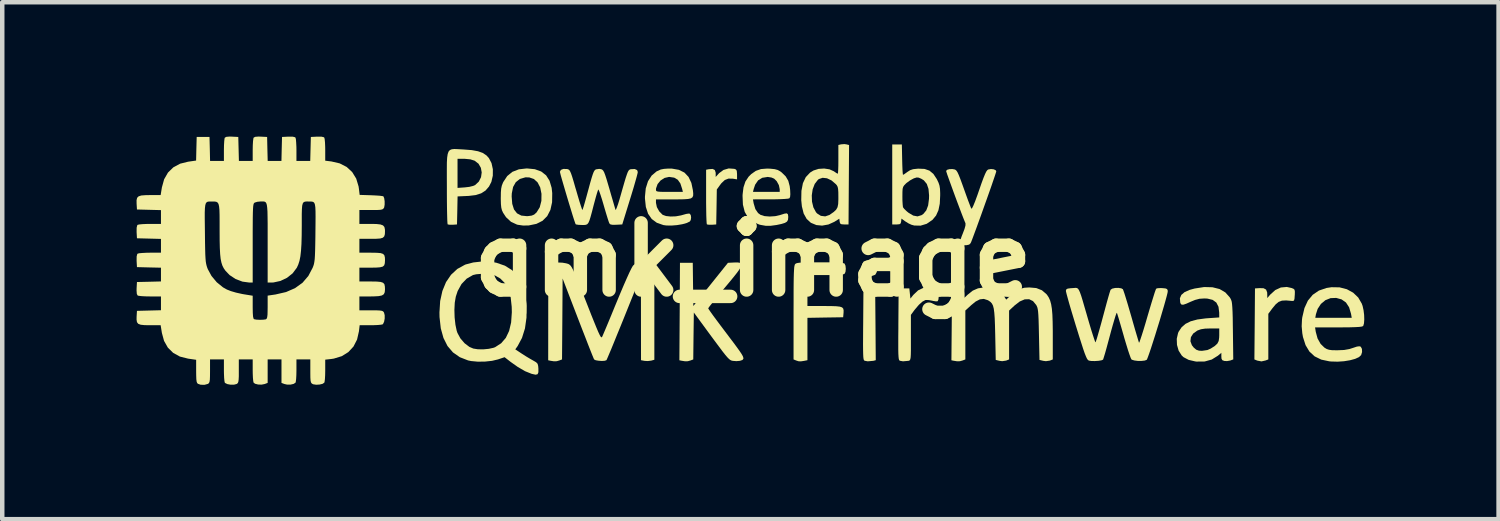
<source format=kicad_pcb>
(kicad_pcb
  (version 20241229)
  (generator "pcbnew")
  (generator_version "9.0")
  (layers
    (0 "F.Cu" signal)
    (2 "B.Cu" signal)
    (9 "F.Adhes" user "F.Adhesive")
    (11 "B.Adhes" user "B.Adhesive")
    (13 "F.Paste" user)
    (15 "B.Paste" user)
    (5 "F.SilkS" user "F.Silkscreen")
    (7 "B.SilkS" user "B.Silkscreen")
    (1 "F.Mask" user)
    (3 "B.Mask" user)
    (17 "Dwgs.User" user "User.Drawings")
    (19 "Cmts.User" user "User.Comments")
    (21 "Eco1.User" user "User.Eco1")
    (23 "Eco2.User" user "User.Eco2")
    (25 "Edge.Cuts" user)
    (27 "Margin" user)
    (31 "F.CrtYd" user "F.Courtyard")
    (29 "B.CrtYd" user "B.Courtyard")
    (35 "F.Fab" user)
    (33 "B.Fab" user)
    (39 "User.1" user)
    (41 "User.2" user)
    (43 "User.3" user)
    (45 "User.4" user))
  (footprint "qmk_image"
    (layer "F.Cu")
    (at 13.769 2.749)
    (property "Reference" "qmk_image" (at 0 0 0) (layer "F.SilkS") (effects (font (size 1.5 1.5) (thickness 0.3))))
    (attr board_only exclude_from_pos_files exclude_from_bom)
    (fp_poly (pts (xy 2.697 0.029) (xy 2.758 0.078) (xy 2.783 0.157) (xy 2.78 0.21) (xy 2.762 0.28) (xy 2.734 0.331) (xy 2.725 0.339) (xy 2.662 0.363) (xy 2.58 0.368) (xy 2.502 0.355) (xy 2.469 0.338) (xy 2.44 0.298) (xy 2.427 0.228) (xy 2.426 0.191) (xy 2.437 0.098) (xy 2.472 0.042) (xy 2.538 0.016) (xy 2.602 0.012)) (stroke (width 0) (type solid)) (fill yes) (layer "F.SilkS"))
    (fp_poly (pts (xy 2.735 1.445) (xy 2.741 2.246) (xy 2.687 2.26) (xy 2.562 2.271) (xy 2.496 2.259) (xy 2.484 2.253) (xy 2.475 2.24) (xy 2.468 2.214) (xy 2.463 2.171) (xy 2.46 2.106) (xy 2.458 2.014) (xy 2.457 1.89) (xy 2.458 1.73) (xy 2.459 1.529) (xy 2.46 1.446) (xy 2.466 0.643) (xy 2.597 0.643) (xy 2.728 0.643)) (stroke (width 0) (type solid)) (fill yes) (layer "F.SilkS"))
    (fp_poly (pts (xy -0.42 -2.028) (xy -0.418 -2.028) (xy -0.381 -2.013) (xy -0.363 -1.983) (xy -0.358 -1.925) (xy -0.357 -1.903) (xy -0.357 -1.793) (xy -0.451 -1.808) (xy -0.549 -1.81) (xy -0.631 -1.778) (xy -0.707 -1.706) (xy -0.736 -1.668) (xy -0.809 -1.567) (xy -0.815 -1.176) (xy -0.822 -0.786) (xy -0.918 -0.779) (xy -0.983 -0.779) (xy -1.026 -0.786) (xy -1.031 -0.789) (xy -1.036 -0.817) (xy -1.04 -0.885) (xy -1.044 -0.988) (xy -1.046 -1.119) (xy -1.048 -1.272) (xy -1.048 -1.407) (xy -1.048 -2.008) (xy -0.986 -2.02) (xy -0.903 -2.026) (xy -0.854 -2.002) (xy -0.835 -1.946) (xy -0.834 -1.928) (xy -0.834 -1.847) (xy -0.757 -1.932) (xy -0.66 -2.003) (xy -0.544 -2.037)) (stroke (width 0) (type solid)) (fill yes) (layer "F.SilkS"))
    (fp_poly (pts (xy 12.03 0.634) (xy 12.073 0.652) (xy 12.095 0.674) (xy 12.102 0.716) (xy 12.1 0.791) (xy 12.099 0.795) (xy 12.094 0.871) (xy 12.084 0.91) (xy 12.064 0.923) (xy 12.033 0.922) (xy 11.906 0.911) (xy 11.813 0.916) (xy 11.739 0.944) (xy 11.672 1) (xy 11.598 1.09) (xy 11.577 1.118) (xy 11.509 1.21) (xy 11.509 1.72) (xy 11.509 2.229) (xy 11.448 2.252) (xy 11.356 2.273) (xy 11.267 2.256) (xy 11.252 2.251) (xy 11.198 2.229) (xy 11.205 1.436) (xy 11.211 0.643) (xy 11.314 0.636) (xy 11.404 0.639) (xy 11.459 0.669) (xy 11.483 0.731) (xy 11.485 0.771) (xy 11.486 0.858) (xy 11.551 0.782) (xy 11.665 0.679) (xy 11.789 0.622) (xy 11.922 0.61)) (stroke (width 0) (type solid)) (fill yes) (layer "F.SilkS"))
    (fp_poly (pts (xy 3.959 0.613) (xy 4.035 0.626) (xy 4.094 0.645) (xy 4.109 0.655) (xy 4.13 0.694) (xy 4.143 0.759) (xy 4.147 0.832) (xy 4.14 0.894) (xy 4.123 0.929) (xy 4.123 0.929) (xy 4.087 0.932) (xy 4.025 0.923) (xy 4 0.917) (xy 3.925 0.903) (xy 3.861 0.901) (xy 3.849 0.903) (xy 3.783 0.938) (xy 3.703 1.01) (xy 3.615 1.114) (xy 3.594 1.141) (xy 3.526 1.234) (xy 3.526 1.74) (xy 3.526 1.908) (xy 3.526 2.033) (xy 3.524 2.124) (xy 3.52 2.185) (xy 3.513 2.223) (xy 3.503 2.245) (xy 3.49 2.255) (xy 3.473 2.26) (xy 3.349 2.271) (xy 3.282 2.259) (xy 3.271 2.253) (xy 3.262 2.24) (xy 3.255 2.214) (xy 3.25 2.171) (xy 3.246 2.106) (xy 3.244 2.014) (xy 3.244 1.89) (xy 3.244 1.73) (xy 3.246 1.529) (xy 3.246 1.446) (xy 3.252 0.643) (xy 3.372 0.643) (xy 3.491 0.643) (xy 3.503 0.757) (xy 3.515 0.87) (xy 3.581 0.787) (xy 3.686 0.687) (xy 3.809 0.628) (xy 3.942 0.612)) (stroke (width 0) (type solid)) (fill yes) (layer "F.SilkS"))
    (fp_poly (pts (xy 1.688 0.06) (xy 1.834 0.063) (xy 1.939 0.068) (xy 2.007 0.076) (xy 2.041 0.086) (xy 2.044 0.088) (xy 2.065 0.135) (xy 2.072 0.205) (xy 2.065 0.273) (xy 2.044 0.317) (xy 2.013 0.329) (xy 1.944 0.338) (xy 1.834 0.343) (xy 1.681 0.345) (xy 1.615 0.345) (xy 1.215 0.345) (xy 1.215 0.691) (xy 1.215 1.036) (xy 1.594 1.036) (xy 1.748 1.037) (xy 1.861 1.041) (xy 1.939 1.05) (xy 1.988 1.066) (xy 2.014 1.093) (xy 2.023 1.131) (xy 2.022 1.184) (xy 2.021 1.196) (xy 2.013 1.287) (xy 1.614 1.293) (xy 1.215 1.3) (xy 1.215 1.773) (xy 1.215 2.246) (xy 1.141 2.261) (xy 1.068 2.272) (xy 1.017 2.27) (xy 0.961 2.252) (xy 0.959 2.251) (xy 0.905 2.229) (xy 0.905 1.182) (xy 0.906 0.928) (xy 0.906 0.718) (xy 0.907 0.546) (xy 0.909 0.41) (xy 0.912 0.305) (xy 0.916 0.227) (xy 0.92 0.171) (xy 0.927 0.133) (xy 0.934 0.11) (xy 0.943 0.097) (xy 0.962 0.084) (xy 0.994 0.075) (xy 1.045 0.068) (xy 1.121 0.064) (xy 1.229 0.061) (xy 1.375 0.06) (xy 1.498 0.06)) (stroke (width 0) (type solid)) (fill yes) (layer "F.SilkS"))
    (fp_poly (pts (xy -4.874 -2.02) (xy -4.732 -1.969) (xy -4.622 -1.883) (xy -4.545 -1.762) (xy -4.498 -1.604) (xy -4.485 -1.486) (xy -4.488 -1.281) (xy -4.526 -1.11) (xy -4.597 -0.972) (xy -4.701 -0.868) (xy -4.838 -0.799) (xy -5.008 -0.764) (xy -5.017 -0.763) (xy -5.138 -0.762) (xy -5.252 -0.778) (xy -5.273 -0.783) (xy -5.406 -0.845) (xy -5.517 -0.948) (xy -5.583 -1.048) (xy -5.608 -1.103) (xy -5.623 -1.163) (xy -5.631 -1.241) (xy -5.634 -1.351) (xy -5.634 -1.382) (xy -5.633 -1.411) (xy -5.391 -1.411) (xy -5.378 -1.246) (xy -5.339 -1.121) (xy -5.271 -1.034) (xy -5.176 -0.984) (xy -5.051 -0.971) (xy -5.03 -0.972) (xy -4.945 -0.983) (xy -4.889 -1.006) (xy -4.84 -1.05) (xy -4.834 -1.056) (xy -4.764 -1.169) (xy -4.727 -1.312) (xy -4.725 -1.471) (xy -4.754 -1.614) (xy -4.812 -1.725) (xy -4.895 -1.801) (xy -4.999 -1.837) (xy -5.085 -1.838) (xy -5.207 -1.802) (xy -5.298 -1.731) (xy -5.359 -1.623) (xy -5.388 -1.48) (xy -5.391 -1.411) (xy -5.633 -1.411) (xy -5.632 -1.501) (xy -5.625 -1.587) (xy -5.611 -1.653) (xy -5.587 -1.715) (xy -5.578 -1.734) (xy -5.49 -1.867) (xy -5.375 -1.961) (xy -5.231 -2.017) (xy -5.057 -2.037) (xy -5.049 -2.037)) (stroke (width 0) (type solid)) (fill yes) (layer "F.SilkS"))
    (fp_poly (pts (xy -6.599 -2.468) (xy -6.509 -2.463) (xy -6.459 -2.46) (xy -6.281 -2.446) (xy -6.143 -2.421) (xy -6.036 -2.383) (xy -5.954 -2.328) (xy -5.9 -2.269) (xy -5.841 -2.156) (xy -5.811 -2.019) (xy -5.812 -1.875) (xy -5.844 -1.737) (xy -5.897 -1.633) (xy -5.975 -1.543) (xy -6.072 -1.481) (xy -6.195 -1.442) (xy -6.353 -1.423) (xy -6.379 -1.422) (xy -6.599 -1.412) (xy -6.605 -1.099) (xy -6.612 -0.786) (xy -6.708 -0.779) (xy -6.773 -0.779) (xy -6.816 -0.786) (xy -6.821 -0.789) (xy -6.825 -0.816) (xy -6.829 -0.885) (xy -6.832 -0.991) (xy -6.835 -1.127) (xy -6.837 -1.288) (xy -6.838 -1.469) (xy -6.838 -1.611) (xy -6.839 -1.838) (xy -6.839 -1.927) (xy -6.6 -1.927) (xy -6.6 -1.602) (xy -6.434 -1.614) (xy -6.334 -1.626) (xy -6.25 -1.647) (xy -6.208 -1.665) (xy -6.124 -1.744) (xy -6.075 -1.842) (xy -6.06 -1.948) (xy -6.079 -2.051) (xy -6.131 -2.142) (xy -6.217 -2.209) (xy -6.219 -2.21) (xy -6.314 -2.24) (xy -6.439 -2.252) (xy -6.451 -2.252) (xy -6.6 -2.252) (xy -6.6 -1.927) (xy -6.839 -1.927) (xy -6.839 -2.022) (xy -6.838 -2.167) (xy -6.832 -2.278) (xy -6.82 -2.358) (xy -6.8 -2.414) (xy -6.77 -2.448) (xy -6.728 -2.465) (xy -6.671 -2.471)) (stroke (width 0) (type solid)) (fill yes) (layer "F.SilkS"))
    (fp_poly (pts (xy -0.294 0.071) (xy -0.272 0.092) (xy -0.271 0.096) (xy -0.265 0.12) (xy -0.269 0.148) (xy -0.285 0.186) (xy -0.317 0.237) (xy -0.368 0.306) (xy -0.441 0.398) (xy -0.539 0.517) (xy -0.653 0.653) (xy -0.753 0.773) (xy -0.841 0.881) (xy -0.914 0.972) (xy -0.968 1.04) (xy -0.997 1.08) (xy -1.001 1.088) (xy -0.987 1.112) (xy -0.948 1.169) (xy -0.888 1.253) (xy -0.81 1.358) (xy -0.719 1.48) (xy -0.635 1.591) (xy -0.513 1.753) (xy -0.416 1.881) (xy -0.343 1.981) (xy -0.289 2.057) (xy -0.253 2.112) (xy -0.23 2.153) (xy -0.219 2.182) (xy -0.215 2.206) (xy -0.214 2.211) (xy -0.236 2.241) (xy -0.292 2.26) (xy -0.371 2.267) (xy -0.45 2.261) (xy -0.478 2.255) (xy -0.505 2.243) (xy -0.535 2.22) (xy -0.572 2.183) (xy -0.62 2.127) (xy -0.682 2.048) (xy -0.762 1.941) (xy -0.865 1.803) (xy -0.931 1.714) (xy -1.322 1.181) (xy -1.329 1.705) (xy -1.335 2.229) (xy -1.396 2.252) (xy -1.457 2.269) (xy -1.521 2.27) (xy -1.591 2.259) (xy -1.645 2.248) (xy -1.638 1.16) (xy -1.632 0.071) (xy -1.489 0.071) (xy -1.346 0.071) (xy -1.34 0.554) (xy -1.333 1.036) (xy -0.947 0.554) (xy -0.56 0.071) (xy -0.423 0.064) (xy -0.34 0.063)) (stroke (width 0) (type solid)) (fill yes) (layer "F.SilkS"))
    (fp_poly (pts (xy 2.085 -2.575) (xy 2.145 -2.56) (xy 2.139 -1.673) (xy 2.133 -0.786) (xy 2.037 -0.786) (xy 1.975 -0.79) (xy 1.946 -0.807) (xy 1.935 -0.846) (xy 1.935 -0.85) (xy 1.927 -0.914) (xy 1.815 -0.844) (xy 1.684 -0.785) (xy 1.543 -0.76) (xy 1.415 -0.772) (xy 1.292 -0.823) (xy 1.198 -0.909) (xy 1.131 -1.03) (xy 1.091 -1.189) (xy 1.077 -1.328) (xy 1.079 -1.435) (xy 1.312 -1.435) (xy 1.317 -1.296) (xy 1.348 -1.167) (xy 1.405 -1.061) (xy 1.43 -1.032) (xy 1.515 -0.978) (xy 1.612 -0.966) (xy 1.707 -0.998) (xy 1.716 -1.004) (xy 1.8 -1.063) (xy 1.855 -1.114) (xy 1.887 -1.17) (xy 1.902 -1.243) (xy 1.906 -1.347) (xy 1.906 -1.395) (xy 1.905 -1.504) (xy 1.9 -1.577) (xy 1.89 -1.625) (xy 1.872 -1.66) (xy 1.851 -1.685) (xy 1.753 -1.769) (xy 1.652 -1.817) (xy 1.555 -1.828) (xy 1.471 -1.8) (xy 1.449 -1.783) (xy 1.378 -1.691) (xy 1.332 -1.571) (xy 1.312 -1.435) (xy 1.079 -1.435) (xy 1.081 -1.536) (xy 1.114 -1.708) (xy 1.179 -1.844) (xy 1.275 -1.945) (xy 1.35 -1.991) (xy 1.464 -2.027) (xy 1.589 -2.035) (xy 1.709 -2.017) (xy 1.806 -1.973) (xy 1.81 -1.97) (xy 1.859 -1.936) (xy 1.891 -1.919) (xy 1.893 -1.918) (xy 1.898 -1.94) (xy 1.902 -2.002) (xy 1.905 -2.093) (xy 1.906 -2.207) (xy 1.906 -2.239) (xy 1.906 -2.561) (xy 1.966 -2.575) (xy 2.038 -2.581)) (stroke (width 0) (type solid)) (fill yes) (layer "F.SilkS"))
    (fp_poly (pts (xy 5.377 -2.017) (xy 5.421 -1.996) (xy 5.433 -1.973) (xy 5.425 -1.944) (xy 5.403 -1.876) (xy 5.369 -1.776) (xy 5.326 -1.65) (xy 5.275 -1.505) (xy 5.219 -1.347) (xy 5.16 -1.182) (xy 5.101 -1.016) (xy 5.043 -0.856) (xy 4.99 -0.709) (xy 4.942 -0.58) (xy 4.903 -0.475) (xy 4.875 -0.402) (xy 4.859 -0.367) (xy 4.828 -0.336) (xy 4.769 -0.323) (xy 4.73 -0.322) (xy 4.663 -0.326) (xy 4.619 -0.338) (xy 4.611 -0.344) (xy 4.614 -0.375) (xy 4.631 -0.438) (xy 4.661 -0.524) (xy 4.681 -0.574) (xy 4.723 -0.684) (xy 4.744 -0.76) (xy 4.746 -0.807) (xy 4.741 -0.822) (xy 4.725 -0.86) (xy 4.696 -0.932) (xy 4.657 -1.033) (xy 4.611 -1.155) (xy 4.56 -1.29) (xy 4.508 -1.43) (xy 4.457 -1.57) (xy 4.41 -1.7) (xy 4.369 -1.813) (xy 4.337 -1.903) (xy 4.318 -1.962) (xy 4.313 -1.981) (xy 4.334 -2.006) (xy 4.386 -2.021) (xy 4.452 -2.023) (xy 4.5 -2.015) (xy 4.523 -2.005) (xy 4.545 -1.985) (xy 4.568 -1.949) (xy 4.595 -1.89) (xy 4.63 -1.802) (xy 4.675 -1.679) (xy 4.709 -1.584) (xy 4.757 -1.45) (xy 4.8 -1.331) (xy 4.837 -1.234) (xy 4.863 -1.167) (xy 4.876 -1.138) (xy 4.891 -1.147) (xy 4.919 -1.202) (xy 4.96 -1.301) (xy 5.013 -1.446) (xy 5.049 -1.55) (xy 5.104 -1.709) (xy 5.148 -1.828) (xy 5.183 -1.913) (xy 5.21 -1.968) (xy 5.234 -2) (xy 5.252 -2.013) (xy 5.315 -2.024)) (stroke (width 0) (type solid)) (fill yes) (layer "F.SilkS"))
    (fp_poly (pts (xy -1.812 -2.033) (xy -1.657 -2.006) (xy -1.533 -1.945) (xy -1.44 -1.847) (xy -1.377 -1.713) (xy -1.344 -1.555) (xy -1.336 -1.483) (xy -1.337 -1.43) (xy -1.353 -1.393) (xy -1.388 -1.368) (xy -1.45 -1.355) (xy -1.544 -1.348) (xy -1.676 -1.346) (xy -1.778 -1.346) (xy -2.168 -1.346) (xy -2.168 -1.269) (xy -2.148 -1.173) (xy -2.096 -1.079) (xy -2.023 -1.005) (xy -2.016 -1) (xy -1.943 -0.974) (xy -1.841 -0.963) (xy -1.725 -0.967) (xy -1.609 -0.988) (xy -1.563 -1.001) (xy -1.491 -1.021) (xy -1.433 -1.029) (xy -1.416 -1.027) (xy -1.391 -0.996) (xy -1.383 -0.941) (xy -1.391 -0.885) (xy -1.412 -0.852) (xy -1.479 -0.819) (xy -1.58 -0.791) (xy -1.699 -0.771) (xy -1.823 -0.761) (xy -1.937 -0.763) (xy -2.002 -0.772) (xy -2.148 -0.823) (xy -2.262 -0.907) (xy -2.344 -1.024) (xy -2.394 -1.177) (xy -2.414 -1.365) (xy -2.414 -1.406) (xy -2.399 -1.562) (xy -2.168 -1.562) (xy -2.166 -1.542) (xy -2.153 -1.528) (xy -2.123 -1.52) (xy -2.067 -1.515) (xy -1.978 -1.513) (xy -1.868 -1.513) (xy -1.567 -1.513) (xy -1.583 -1.579) (xy -1.623 -1.702) (xy -1.681 -1.784) (xy -1.76 -1.831) (xy -1.868 -1.847) (xy -1.878 -1.847) (xy -1.976 -1.825) (xy -2.065 -1.768) (xy -2.132 -1.687) (xy -2.166 -1.592) (xy -2.168 -1.562) (xy -2.399 -1.562) (xy -2.396 -1.592) (xy -2.346 -1.751) (xy -2.264 -1.878) (xy -2.154 -1.971) (xy -2.061 -2.013) (xy -1.99 -2.027) (xy -1.894 -2.034)) (stroke (width 0) (type solid)) (fill yes) (layer "F.SilkS"))
    (fp_poly (pts (xy 0.386 -2.031) (xy 0.484 -2.021) (xy 0.553 -2.002) (xy 0.61 -1.97) (xy 0.639 -1.948) (xy 0.729 -1.86) (xy 0.787 -1.762) (xy 0.819 -1.641) (xy 0.829 -1.556) (xy 0.833 -1.46) (xy 0.828 -1.402) (xy 0.813 -1.372) (xy 0.808 -1.368) (xy 0.773 -1.361) (xy 0.7 -1.355) (xy 0.598 -1.35) (xy 0.473 -1.347) (xy 0.386 -1.347) (xy -0.002 -1.346) (xy 0.014 -1.257) (xy 0.052 -1.129) (xy 0.113 -1.04) (xy 0.17 -0.999) (xy 0.258 -0.972) (xy 0.372 -0.963) (xy 0.495 -0.971) (xy 0.608 -0.997) (xy 0.617 -1) (xy 0.702 -1.027) (xy 0.753 -1.034) (xy 0.778 -1.015) (xy 0.786 -0.969) (xy 0.786 -0.944) (xy 0.781 -0.889) (xy 0.759 -0.85) (xy 0.713 -0.821) (xy 0.635 -0.797) (xy 0.527 -0.774) (xy 0.395 -0.756) (xy 0.283 -0.756) (xy 0.169 -0.776) (xy 0.137 -0.784) (xy -0.003 -0.844) (xy -0.11 -0.937) (xy -0.185 -1.066) (xy -0.226 -1.228) (xy -0.234 -1.425) (xy -0.233 -1.451) (xy -0.226 -1.513) (xy -0.001 -1.513) (xy 0.297 -1.513) (xy 0.596 -1.513) (xy 0.596 -1.574) (xy 0.577 -1.664) (xy 0.528 -1.753) (xy 0.471 -1.809) (xy 0.412 -1.834) (xy 0.336 -1.846) (xy 0.327 -1.847) (xy 0.206 -1.828) (xy 0.114 -1.771) (xy 0.047 -1.674) (xy 0.015 -1.579) (xy -0.001 -1.513) (xy -0.226 -1.513) (xy -0.213 -1.615) (xy -0.17 -1.745) (xy -0.099 -1.852) (xy -0.039 -1.912) (xy 0.063 -1.983) (xy 0.178 -2.023) (xy 0.316 -2.034)) (stroke (width 0) (type solid)) (fill yes) (layer "F.SilkS"))
    (fp_poly (pts (xy 13.1 0.619) (xy 13.263 0.661) (xy 13.404 0.738) (xy 13.517 0.846) (xy 13.596 0.982) (xy 13.615 1.035) (xy 13.636 1.131) (xy 13.649 1.236) (xy 13.652 1.337) (xy 13.646 1.422) (xy 13.63 1.477) (xy 13.625 1.484) (xy 13.597 1.495) (xy 13.537 1.503) (xy 13.441 1.508) (xy 13.305 1.512) (xy 13.125 1.513) (xy 13.074 1.513) (xy 12.553 1.513) (xy 12.569 1.614) (xy 12.609 1.761) (xy 12.677 1.882) (xy 12.763 1.966) (xy 12.813 1.996) (xy 12.864 2.013) (xy 12.929 2.022) (xy 13.024 2.024) (xy 13.056 2.024) (xy 13.201 2.018) (xy 13.32 1.997) (xy 13.401 1.971) (xy 13.488 1.942) (xy 13.543 1.935) (xy 13.574 1.945) (xy 13.6 1.994) (xy 13.603 2.064) (xy 13.582 2.132) (xy 13.534 2.177) (xy 13.449 2.216) (xy 13.335 2.247) (xy 13.201 2.269) (xy 13.058 2.279) (xy 12.914 2.275) (xy 12.871 2.271) (xy 12.691 2.233) (xy 12.543 2.16) (xy 12.427 2.053) (xy 12.341 1.91) (xy 12.283 1.729) (xy 12.268 1.645) (xy 12.254 1.489) (xy 12.261 1.34) (xy 12.266 1.299) (xy 12.558 1.299) (xy 12.965 1.299) (xy 13.372 1.299) (xy 13.356 1.209) (xy 13.313 1.064) (xy 13.243 0.957) (xy 13.145 0.888) (xy 13.025 0.855) (xy 12.899 0.86) (xy 12.783 0.906) (xy 12.684 0.989) (xy 12.611 1.1) (xy 12.572 1.221) (xy 12.558 1.299) (xy 12.266 1.299) (xy 12.268 1.287) (xy 12.316 1.082) (xy 12.393 0.915) (xy 12.501 0.785) (xy 12.639 0.691) (xy 12.808 0.633) (xy 12.921 0.616)) (stroke (width 0) (type solid)) (fill yes) (layer "F.SilkS"))
    (fp_poly (pts (xy 3.331 -2.234) (xy 3.334 -2.113) (xy 3.338 -2.011) (xy 3.343 -1.936) (xy 3.348 -1.898) (xy 3.35 -1.894) (xy 3.375 -1.907) (xy 3.423 -1.941) (xy 3.448 -1.959) (xy 3.509 -1.998) (xy 3.575 -2.02) (xy 3.665 -2.03) (xy 3.691 -2.032) (xy 3.831 -2.026) (xy 3.94 -1.988) (xy 4.028 -1.915) (xy 4.104 -1.8) (xy 4.109 -1.79) (xy 4.144 -1.716) (xy 4.165 -1.652) (xy 4.176 -1.581) (xy 4.18 -1.487) (xy 4.18 -1.433) (xy 4.171 -1.249) (xy 4.141 -1.103) (xy 4.088 -0.985) (xy 4.01 -0.891) (xy 4.003 -0.885) (xy 3.878 -0.8) (xy 3.742 -0.759) (xy 3.602 -0.762) (xy 3.538 -0.779) (xy 3.47 -0.811) (xy 3.398 -0.856) (xy 3.391 -0.861) (xy 3.315 -0.917) (xy 3.308 -0.852) (xy 3.298 -0.81) (xy 3.271 -0.791) (xy 3.214 -0.786) (xy 3.205 -0.786) (xy 3.109 -0.786) (xy 3.109 -1.415) (xy 3.336 -1.415) (xy 3.337 -1.316) (xy 3.342 -1.233) (xy 3.348 -1.178) (xy 3.351 -1.168) (xy 3.377 -1.133) (xy 3.429 -1.083) (xy 3.473 -1.047) (xy 3.579 -0.984) (xy 3.674 -0.966) (xy 3.763 -0.993) (xy 3.806 -1.023) (xy 3.87 -1.101) (xy 3.911 -1.211) (xy 3.93 -1.358) (xy 3.932 -1.433) (xy 3.919 -1.58) (xy 3.881 -1.691) (xy 3.815 -1.771) (xy 3.759 -1.806) (xy 3.699 -1.832) (xy 3.654 -1.835) (xy 3.596 -1.817) (xy 3.582 -1.811) (xy 3.504 -1.768) (xy 3.427 -1.711) (xy 3.413 -1.698) (xy 3.376 -1.66) (xy 3.353 -1.625) (xy 3.341 -1.581) (xy 3.337 -1.514) (xy 3.336 -1.415) (xy 3.109 -1.415) (xy 3.109 -1.68) (xy 3.109 -2.573) (xy 3.217 -2.573) (xy 3.324 -2.573)) (stroke (width 0) (type solid)) (fill yes) (layer "F.SilkS"))
    (fp_poly (pts (xy 6.327 0.635) (xy 6.452 0.684) (xy 6.551 0.768) (xy 6.569 0.79) (xy 6.606 0.847) (xy 6.636 0.914) (xy 6.658 0.995) (xy 6.675 1.098) (xy 6.686 1.228) (xy 6.692 1.391) (xy 6.695 1.594) (xy 6.695 1.686) (xy 6.695 2.229) (xy 6.63 2.255) (xy 6.542 2.268) (xy 6.481 2.26) (xy 6.398 2.24) (xy 6.386 1.668) (xy 6.382 1.486) (xy 6.378 1.345) (xy 6.373 1.239) (xy 6.367 1.161) (xy 6.359 1.105) (xy 6.349 1.064) (xy 6.335 1.032) (xy 6.325 1.013) (xy 6.253 0.926) (xy 6.167 0.884) (xy 6.068 0.887) (xy 5.958 0.934) (xy 5.839 1.026) (xy 5.835 1.03) (xy 5.719 1.138) (xy 5.719 1.684) (xy 5.719 2.229) (xy 5.653 2.255) (xy 5.565 2.268) (xy 5.504 2.26) (xy 5.421 2.24) (xy 5.409 1.668) (xy 5.404 1.468) (xy 5.398 1.31) (xy 5.389 1.188) (xy 5.377 1.096) (xy 5.36 1.029) (xy 5.336 0.981) (xy 5.304 0.945) (xy 5.264 0.917) (xy 5.239 0.904) (xy 5.154 0.877) (xy 5.067 0.887) (xy 4.972 0.936) (xy 4.874 1.016) (xy 4.742 1.137) (xy 4.742 1.683) (xy 4.742 2.229) (xy 4.681 2.252) (xy 4.62 2.269) (xy 4.555 2.27) (xy 4.485 2.259) (xy 4.431 2.248) (xy 4.438 1.446) (xy 4.444 0.643) (xy 4.547 0.636) (xy 4.637 0.64) (xy 4.692 0.669) (xy 4.715 0.73) (xy 4.718 0.77) (xy 4.718 0.855) (xy 4.795 0.782) (xy 4.908 0.692) (xy 5.025 0.641) (xy 5.161 0.621) (xy 5.194 0.621) (xy 5.352 0.637) (xy 5.478 0.687) (xy 5.575 0.772) (xy 5.597 0.804) (xy 5.655 0.893) (xy 5.755 0.8) (xy 5.861 0.711) (xy 5.957 0.657) (xy 6.058 0.628) (xy 6.171 0.621)) (stroke (width 0) (type solid)) (fill yes) (layer "F.SilkS"))
    (fp_poly (pts (xy 10.262 0.617) (xy 10.421 0.657) (xy 10.55 0.733) (xy 10.649 0.844) (xy 10.668 0.876) (xy 10.681 0.905) (xy 10.692 0.942) (xy 10.699 0.994) (xy 10.705 1.067) (xy 10.71 1.165) (xy 10.714 1.296) (xy 10.716 1.465) (xy 10.718 1.59) (xy 10.726 2.228) (xy 10.66 2.253) (xy 10.587 2.266) (xy 10.528 2.263) (xy 10.482 2.246) (xy 10.463 2.211) (xy 10.46 2.164) (xy 10.46 2.081) (xy 10.384 2.145) (xy 10.246 2.231) (xy 10.087 2.275) (xy 9.905 2.277) (xy 9.876 2.273) (xy 9.73 2.239) (xy 9.616 2.179) (xy 9.574 2.14) (xy 9.506 2.033) (xy 9.469 1.904) (xy 9.466 1.822) (xy 9.769 1.822) (xy 9.802 1.912) (xy 9.843 1.964) (xy 9.9 2.012) (xy 9.96 2.033) (xy 10.027 2.037) (xy 10.149 2.019) (xy 10.222 1.987) (xy 10.314 1.928) (xy 10.37 1.876) (xy 10.4 1.818) (xy 10.411 1.742) (xy 10.413 1.688) (xy 10.413 1.537) (xy 10.218 1.537) (xy 10.095 1.541) (xy 10.004 1.555) (xy 9.929 1.582) (xy 9.923 1.585) (xy 9.832 1.65) (xy 9.78 1.731) (xy 9.769 1.822) (xy 9.466 1.822) (xy 9.464 1.768) (xy 9.493 1.64) (xy 9.506 1.61) (xy 9.572 1.511) (xy 9.66 1.434) (xy 9.775 1.377) (xy 9.924 1.337) (xy 10.111 1.312) (xy 10.179 1.307) (xy 10.413 1.291) (xy 10.412 1.182) (xy 10.396 1.053) (xy 10.348 0.959) (xy 10.266 0.899) (xy 10.149 0.87) (xy 10.08 0.867) (xy 9.972 0.874) (xy 9.873 0.9) (xy 9.776 0.94) (xy 9.678 0.984) (xy 9.613 1.006) (xy 9.574 1.006) (xy 9.552 0.985) (xy 9.541 0.956) (xy 9.534 0.863) (xy 9.566 0.788) (xy 9.638 0.726) (xy 9.753 0.675) (xy 9.864 0.645) (xy 10.076 0.612)) (stroke (width 0) (type solid)) (fill yes) (layer "F.SilkS"))
    (fp_poly (pts (xy -5.868 0.047) (xy -5.734 0.069) (xy -5.542 0.135) (xy -5.382 0.235) (xy -5.255 0.369) (xy -5.159 0.538) (xy -5.094 0.742) (xy -5.06 0.983) (xy -5.057 1.034) (xy -5.06 1.297) (xy -5.094 1.537) (xy -5.16 1.748) (xy -5.255 1.926) (xy -5.263 1.938) (xy -5.31 2.004) (xy -5.163 2.101) (xy -5.071 2.16) (xy -4.977 2.216) (xy -4.908 2.255) (xy -4.845 2.292) (xy -4.812 2.326) (xy -4.799 2.375) (xy -4.794 2.434) (xy -4.794 2.516) (xy -4.812 2.559) (xy -4.856 2.57) (xy -4.934 2.553) (xy -4.949 2.549) (xy -5.093 2.491) (xy -5.256 2.396) (xy -5.414 2.284) (xy -5.549 2.179) (xy -5.698 2.229) (xy -5.829 2.26) (xy -5.986 2.277) (xy -6.148 2.279) (xy -6.296 2.265) (xy -6.365 2.251) (xy -6.549 2.179) (xy -6.702 2.072) (xy -6.824 1.929) (xy -6.914 1.75) (xy -6.974 1.535) (xy -7.002 1.284) (xy -7.004 1.179) (xy -7 1.122) (xy -6.67 1.122) (xy -6.665 1.291) (xy -6.647 1.453) (xy -6.618 1.591) (xy -6.602 1.637) (xy -6.536 1.759) (xy -6.443 1.867) (xy -6.335 1.949) (xy -6.248 1.986) (xy -6.147 2.002) (xy -6.025 2.004) (xy -5.902 1.992) (xy -5.797 1.969) (xy -5.76 1.955) (xy -5.626 1.868) (xy -5.522 1.748) (xy -5.448 1.593) (xy -5.403 1.403) (xy -5.387 1.176) (xy -5.39 1.054) (xy -5.413 0.841) (xy -5.462 0.666) (xy -5.54 0.527) (xy -5.646 0.421) (xy -5.763 0.354) (xy -5.846 0.332) (xy -5.956 0.32) (xy -6.074 0.318) (xy -6.182 0.327) (xy -6.255 0.344) (xy -6.396 0.425) (xy -6.511 0.545) (xy -6.597 0.701) (xy -6.639 0.828) (xy -6.662 0.962) (xy -6.67 1.122) (xy -7 1.122) (xy -6.988 0.925) (xy -6.938 0.699) (xy -6.857 0.502) (xy -6.745 0.338) (xy -6.605 0.208) (xy -6.436 0.115) (xy -6.416 0.107) (xy -6.248 0.063) (xy -6.059 0.042)) (stroke (width 0) (type solid)) (fill yes) (layer "F.SilkS"))
    (fp_poly (pts (xy -2.311 0.059) (xy -2.279 0.069) (xy -2.253 0.093) (xy -2.235 0.133) (xy -2.221 0.194) (xy -2.212 0.279) (xy -2.207 0.393) (xy -2.204 0.539) (xy -2.204 0.721) (xy -2.204 0.944) (xy -2.204 1.182) (xy -2.204 2.236) (xy -2.276 2.256) (xy -2.353 2.265) (xy -2.424 2.261) (xy -2.502 2.246) (xy -2.503 1.302) (xy -2.504 0.357) (xy -2.88 1.293) (xy -2.961 1.493) (xy -3.037 1.678) (xy -3.105 1.846) (xy -3.164 1.99) (xy -3.213 2.106) (xy -3.249 2.191) (xy -3.27 2.238) (xy -3.275 2.246) (xy -3.313 2.259) (xy -3.377 2.263) (xy -3.451 2.258) (xy -3.514 2.247) (xy -3.549 2.229) (xy -3.55 2.228) (xy -3.563 2.199) (xy -3.591 2.131) (xy -3.632 2.028) (xy -3.684 1.896) (xy -3.745 1.738) (xy -3.814 1.562) (xy -3.888 1.37) (xy -3.912 1.308) (xy -4.253 0.421) (xy -4.259 1.325) (xy -4.266 2.229) (xy -4.327 2.252) (xy -4.387 2.269) (xy -4.452 2.27) (xy -4.521 2.259) (xy -4.575 2.248) (xy -4.574 1.196) (xy -4.574 0.975) (xy -4.573 0.769) (xy -4.57 0.582) (xy -4.568 0.419) (xy -4.564 0.286) (xy -4.56 0.186) (xy -4.556 0.126) (xy -4.553 0.109) (xy -4.514 0.086) (xy -4.443 0.07) (xy -4.353 0.064) (xy -4.258 0.068) (xy -4.176 0.082) (xy -4.146 0.09) (xy -4.12 0.099) (xy -4.097 0.114) (xy -4.073 0.137) (xy -4.048 0.174) (xy -4.019 0.229) (xy -3.984 0.306) (xy -3.94 0.408) (xy -3.887 0.54) (xy -3.821 0.706) (xy -3.74 0.91) (xy -3.692 1.032) (xy -3.613 1.234) (xy -3.548 1.395) (xy -3.497 1.52) (xy -3.458 1.612) (xy -3.428 1.676) (xy -3.407 1.715) (xy -3.391 1.733) (xy -3.38 1.735) (xy -3.37 1.724) (xy -3.37 1.723) (xy -3.354 1.688) (xy -3.323 1.615) (xy -3.278 1.509) (xy -3.222 1.375) (xy -3.158 1.22) (xy -3.088 1.049) (xy -3.038 0.929) (xy -2.958 0.736) (xy -2.884 0.562) (xy -2.817 0.41) (xy -2.761 0.286) (xy -2.716 0.195) (xy -2.686 0.142) (xy -2.679 0.132) (xy -2.638 0.098) (xy -2.587 0.078) (xy -2.51 0.068) (xy -2.46 0.064) (xy -2.401 0.06) (xy -2.351 0.057)) (stroke (width 0) (type solid)) (fill yes) (layer "F.SilkS"))
    (fp_poly (pts (xy -3.388 -2.019) (xy -3.366 -2.008) (xy -3.346 -1.987) (xy -3.325 -1.95) (xy -3.302 -1.89) (xy -3.273 -1.801) (xy -3.236 -1.676) (xy -3.205 -1.571) (xy -3.166 -1.434) (xy -3.13 -1.312) (xy -3.101 -1.211) (xy -3.08 -1.141) (xy -3.071 -1.11) (xy -3.061 -1.119) (xy -3.041 -1.167) (xy -3.013 -1.246) (xy -2.981 -1.35) (xy -2.968 -1.396) (xy -2.916 -1.579) (xy -2.875 -1.721) (xy -2.843 -1.828) (xy -2.817 -1.905) (xy -2.797 -1.957) (xy -2.779 -1.989) (xy -2.762 -2.007) (xy -2.744 -2.016) (xy -2.726 -2.02) (xy -2.642 -2.024) (xy -2.589 -2) (xy -2.574 -1.957) (xy -2.581 -1.921) (xy -2.6 -1.846) (xy -2.63 -1.74) (xy -2.668 -1.608) (xy -2.713 -1.459) (xy -2.748 -1.346) (xy -2.921 -0.786) (xy -3.056 -0.779) (xy -3.136 -0.778) (xy -3.183 -0.786) (xy -3.208 -0.808) (xy -3.211 -0.815) (xy -3.225 -0.852) (xy -3.249 -0.926) (xy -3.28 -1.027) (xy -3.316 -1.148) (xy -3.337 -1.221) (xy -3.373 -1.343) (xy -3.406 -1.445) (xy -3.432 -1.52) (xy -3.451 -1.561) (xy -3.457 -1.567) (xy -3.468 -1.538) (xy -3.489 -1.472) (xy -3.516 -1.378) (xy -3.547 -1.263) (xy -3.56 -1.215) (xy -3.599 -1.063) (xy -3.63 -0.95) (xy -3.655 -0.871) (xy -3.678 -0.82) (xy -3.703 -0.791) (xy -3.733 -0.778) (xy -3.772 -0.774) (xy -3.822 -0.774) (xy -3.896 -0.777) (xy -3.948 -0.785) (xy -3.963 -0.792) (xy -3.975 -0.825) (xy -3.999 -0.895) (xy -4.031 -0.996) (xy -4.068 -1.118) (xy -4.11 -1.255) (xy -4.153 -1.398) (xy -4.195 -1.54) (xy -4.234 -1.673) (xy -4.268 -1.79) (xy -4.294 -1.882) (xy -4.309 -1.943) (xy -4.313 -1.962) (xy -4.292 -2.004) (xy -4.237 -2.026) (xy -4.156 -2.024) (xy -4.146 -2.022) (xy -4.124 -2.015) (xy -4.104 -2.001) (xy -4.086 -1.973) (xy -4.065 -1.926) (xy -4.04 -1.853) (xy -4.008 -1.748) (xy -3.967 -1.604) (xy -3.953 -1.559) (xy -3.913 -1.421) (xy -3.877 -1.3) (xy -3.846 -1.203) (xy -3.824 -1.137) (xy -3.812 -1.109) (xy -3.812 -1.108) (xy -3.802 -1.13) (xy -3.782 -1.191) (xy -3.755 -1.284) (xy -3.722 -1.402) (xy -3.685 -1.538) (xy -3.681 -1.552) (xy -3.639 -1.707) (xy -3.606 -1.822) (xy -3.58 -1.904) (xy -3.559 -1.958) (xy -3.54 -1.991) (xy -3.52 -2.01) (xy -3.505 -2.017) (xy -3.435 -2.027)) (stroke (width 0) (type solid)) (fill yes) (layer "F.SilkS"))
    (fp_poly (pts (xy 7.233 0.634) (xy 7.257 0.648) (xy 7.278 0.678) (xy 7.301 0.728) (xy 7.328 0.803) (xy 7.36 0.907) (xy 7.4 1.045) (xy 7.452 1.223) (xy 7.474 1.3) (xy 7.519 1.453) (xy 7.56 1.589) (xy 7.596 1.703) (xy 7.624 1.787) (xy 7.642 1.837) (xy 7.648 1.847) (xy 7.658 1.825) (xy 7.679 1.763) (xy 7.707 1.667) (xy 7.742 1.544) (xy 7.782 1.4) (xy 7.814 1.281) (xy 7.857 1.122) (xy 7.896 0.977) (xy 7.931 0.852) (xy 7.959 0.755) (xy 7.979 0.693) (xy 7.986 0.673) (xy 8.022 0.648) (xy 8.086 0.633) (xy 8.16 0.631) (xy 8.225 0.641) (xy 8.261 0.661) (xy 8.273 0.692) (xy 8.297 0.761) (xy 8.329 0.864) (xy 8.368 0.992) (xy 8.411 1.14) (xy 8.447 1.263) (xy 8.492 1.421) (xy 8.533 1.564) (xy 8.569 1.685) (xy 8.597 1.779) (xy 8.615 1.838) (xy 8.621 1.856) (xy 8.631 1.841) (xy 8.651 1.784) (xy 8.681 1.694) (xy 8.719 1.574) (xy 8.762 1.432) (xy 8.808 1.274) (xy 8.856 1.111) (xy 8.9 0.964) (xy 8.939 0.838) (xy 8.97 0.739) (xy 8.993 0.674) (xy 9.004 0.649) (xy 9.038 0.638) (xy 9.101 0.635) (xy 9.14 0.636) (xy 9.211 0.643) (xy 9.247 0.657) (xy 9.261 0.686) (xy 9.263 0.703) (xy 9.258 0.74) (xy 9.24 0.814) (xy 9.211 0.92) (xy 9.174 1.051) (xy 9.13 1.2) (xy 9.083 1.36) (xy 9.032 1.524) (xy 8.982 1.687) (xy 8.933 1.84) (xy 8.889 1.977) (xy 8.85 2.092) (xy 8.819 2.178) (xy 8.799 2.228) (xy 8.793 2.237) (xy 8.75 2.254) (xy 8.678 2.262) (xy 8.594 2.262) (xy 8.516 2.252) (xy 8.461 2.235) (xy 8.451 2.227) (xy 8.435 2.194) (xy 8.409 2.123) (xy 8.375 2.021) (xy 8.336 1.894) (xy 8.293 1.751) (xy 8.28 1.704) (xy 8.238 1.557) (xy 8.2 1.426) (xy 8.168 1.316) (xy 8.143 1.236) (xy 8.129 1.192) (xy 8.127 1.187) (xy 8.117 1.2) (xy 8.097 1.254) (xy 8.07 1.342) (xy 8.036 1.458) (xy 7.997 1.597) (xy 7.973 1.687) (xy 7.932 1.839) (xy 7.895 1.976) (xy 7.863 2.09) (xy 7.837 2.175) (xy 7.821 2.225) (xy 7.817 2.234) (xy 7.781 2.249) (xy 7.714 2.26) (xy 7.635 2.265) (xy 7.559 2.264) (xy 7.506 2.256) (xy 7.489 2.248) (xy 7.472 2.231) (xy 7.454 2.202) (xy 7.433 2.155) (xy 7.406 2.087) (xy 7.373 1.991) (xy 7.332 1.863) (xy 7.28 1.7) (xy 7.217 1.496) (xy 7.214 1.488) (xy 7.159 1.306) (xy 7.108 1.137) (xy 7.064 0.987) (xy 7.029 0.862) (xy 7.003 0.766) (xy 6.989 0.707) (xy 6.988 0.691) (xy 6.998 0.663) (xy 7.028 0.647) (xy 7.089 0.639) (xy 7.13 0.636) (xy 7.173 0.633) (xy 7.206 0.63)) (stroke (width 0) (type solid)) (fill yes) (layer "F.SilkS"))
    (fp_poly (pts (xy -10.994 -2.747) (xy -10.853 -2.74) (xy -10.847 -2.472) (xy -10.84 -2.204) (xy -10.687 -2.204) (xy -10.533 -2.204) (xy -10.527 -2.472) (xy -10.52 -2.74) (xy -10.379 -2.747) (xy -10.283 -2.747) (xy -10.23 -2.734) (xy -10.219 -2.724) (xy -10.21 -2.688) (xy -10.204 -2.616) (xy -10.199 -2.52) (xy -10.198 -2.448) (xy -10.198 -2.204) (xy -10.044 -2.204) (xy -9.89 -2.204) (xy -9.883 -2.472) (xy -9.876 -2.74) (xy -9.736 -2.747) (xy -9.64 -2.747) (xy -9.586 -2.734) (xy -9.575 -2.724) (xy -9.567 -2.688) (xy -9.56 -2.616) (xy -9.556 -2.52) (xy -9.555 -2.451) (xy -9.555 -2.21) (xy -9.418 -2.193) (xy -9.232 -2.15) (xy -9.076 -2.07) (xy -8.953 -1.956) (xy -8.863 -1.81) (xy -8.81 -1.634) (xy -8.802 -1.579) (xy -8.786 -1.446) (xy -8.529 -1.438) (xy -8.423 -1.433) (xy -8.335 -1.427) (xy -8.276 -1.419) (xy -8.256 -1.414) (xy -8.238 -1.372) (xy -8.228 -1.303) (xy -8.228 -1.229) (xy -8.238 -1.169) (xy -8.242 -1.159) (xy -8.258 -1.137) (xy -8.281 -1.122) (xy -8.322 -1.113) (xy -8.39 -1.109) (xy -8.493 -1.108) (xy -8.531 -1.108) (xy -8.792 -1.108) (xy -8.792 -0.953) (xy -8.792 -0.798) (xy -8.544 -0.798) (xy -8.413 -0.796) (xy -8.323 -0.786) (xy -8.265 -0.765) (xy -8.234 -0.73) (xy -8.222 -0.676) (xy -8.22 -0.64) (xy -8.223 -0.569) (xy -8.237 -0.52) (xy -8.269 -0.489) (xy -8.327 -0.472) (xy -8.418 -0.466) (xy -8.531 -0.465) (xy -8.792 -0.465) (xy -8.792 -0.31) (xy -8.792 -0.155) (xy -8.531 -0.155) (xy -8.404 -0.153) (xy -8.318 -0.146) (xy -8.263 -0.128) (xy -8.234 -0.096) (xy -8.222 -0.046) (xy -8.22 0.012) (xy -8.224 0.08) (xy -8.238 0.127) (xy -8.271 0.156) (xy -8.331 0.171) (xy -8.424 0.178) (xy -8.531 0.179) (xy -8.792 0.179) (xy -8.792 0.334) (xy -8.792 0.488) (xy -8.531 0.488) (xy -8.404 0.49) (xy -8.318 0.498) (xy -8.264 0.516) (xy -8.234 0.548) (xy -8.223 0.6) (xy -8.22 0.664) (xy -8.226 0.728) (xy -8.246 0.772) (xy -8.289 0.8) (xy -8.361 0.815) (xy -8.47 0.821) (xy -8.544 0.822) (xy -8.792 0.822) (xy -8.792 0.977) (xy -8.792 1.132) (xy -8.531 1.132) (xy -8.416 1.132) (xy -8.339 1.136) (xy -8.291 1.143) (xy -8.263 1.155) (xy -8.247 1.175) (xy -8.242 1.183) (xy -8.227 1.241) (xy -8.227 1.316) (xy -8.24 1.387) (xy -8.264 1.437) (xy -8.272 1.445) (xy -8.308 1.453) (xy -8.38 1.46) (xy -8.476 1.464) (xy -8.545 1.465) (xy -8.786 1.465) (xy -8.802 1.601) (xy -8.844 1.785) (xy -8.924 1.941) (xy -9.039 2.065) (xy -9.185 2.156) (xy -9.362 2.21) (xy -9.42 2.219) (xy -9.555 2.234) (xy -9.555 2.475) (xy -9.557 2.58) (xy -9.562 2.669) (xy -9.57 2.729) (xy -9.576 2.748) (xy -9.615 2.774) (xy -9.682 2.79) (xy -9.758 2.794) (xy -9.823 2.784) (xy -9.837 2.778) (xy -9.86 2.762) (xy -9.874 2.739) (xy -9.883 2.698) (xy -9.887 2.63) (xy -9.888 2.527) (xy -9.888 2.489) (xy -9.888 2.228) (xy -10.043 2.228) (xy -10.198 2.228) (xy -10.198 2.472) (xy -10.2 2.578) (xy -10.205 2.667) (xy -10.213 2.728) (xy -10.218 2.747) (xy -10.26 2.775) (xy -10.329 2.791) (xy -10.407 2.791) (xy -10.466 2.778) (xy -10.532 2.753) (xy -10.532 2.491) (xy -10.532 2.228) (xy -10.687 2.228) (xy -10.841 2.228) (xy -10.841 2.491) (xy -10.841 2.753) (xy -10.907 2.778) (xy -10.978 2.792) (xy -11.055 2.789) (xy -11.122 2.772) (xy -11.155 2.747) (xy -11.163 2.711) (xy -11.17 2.64) (xy -11.174 2.544) (xy -11.175 2.472) (xy -11.175 2.228) (xy -11.33 2.228) (xy -11.485 2.228) (xy -11.485 2.489) (xy -11.485 2.604) (xy -11.489 2.681) (xy -11.496 2.729) (xy -11.508 2.757) (xy -11.528 2.774) (xy -11.536 2.778) (xy -11.594 2.793) (xy -11.669 2.793) (xy -11.74 2.78) (xy -11.79 2.756) (xy -11.798 2.748) (xy -11.806 2.712) (xy -11.813 2.64) (xy -11.817 2.544) (xy -11.818 2.472) (xy -11.818 2.228) (xy -11.973 2.228) (xy -12.128 2.228) (xy -12.128 2.489) (xy -12.129 2.605) (xy -12.132 2.683) (xy -12.14 2.731) (xy -12.153 2.758) (xy -12.173 2.774) (xy -12.174 2.775) (xy -12.251 2.796) (xy -12.337 2.794) (xy -12.396 2.774) (xy -12.415 2.757) (xy -12.427 2.725) (xy -12.434 2.67) (xy -12.437 2.583) (xy -12.438 2.494) (xy -12.438 2.237) (xy -12.618 2.211) (xy -12.801 2.165) (xy -12.952 2.082) (xy -13.07 1.965) (xy -13.155 1.815) (xy -13.203 1.638) (xy -13.231 1.465) (xy -13.461 1.465) (xy -13.59 1.463) (xy -13.677 1.454) (xy -13.732 1.433) (xy -13.76 1.396) (xy -13.769 1.338) (xy -13.768 1.274) (xy -13.76 1.144) (xy -13.492 1.137) (xy -13.224 1.13) (xy -13.224 0.976) (xy -13.224 0.822) (xy -13.468 0.822) (xy -13.574 0.82) (xy -13.663 0.815) (xy -13.724 0.807) (xy -13.744 0.802) (xy -13.763 0.766) (xy -13.769 0.69) (xy -13.768 0.641) (xy -13.76 0.5) (xy -13.492 0.494) (xy -13.224 0.487) (xy -13.224 0.334) (xy -13.224 0.18) (xy -13.492 0.174) (xy -13.76 0.167) (xy -13.768 0.026) (xy -13.767 -0.07) (xy -13.754 -0.123) (xy -13.744 -0.134) (xy -13.708 -0.143) (xy -13.636 -0.149) (xy -13.54 -0.154) (xy -13.468 -0.155) (xy -13.224 -0.155) (xy -13.224 -0.309) (xy -13.224 -0.463) (xy -13.492 -0.47) (xy -13.76 -0.477) (xy -13.768 -0.617) (xy -13.767 -0.713) (xy -13.754 -0.767) (xy -13.744 -0.778) (xy -13.708 -0.786) (xy -13.636 -0.793) (xy -13.54 -0.797) (xy -13.468 -0.798) (xy -13.224 -0.798) (xy -13.224 -0.926) (xy -12.246 -0.926) (xy -12.244 -0.759) (xy -12.242 -0.593) (xy -12.24 -0.397) (xy -12.237 -0.241) (xy -12.234 -0.121) (xy -12.229 -0.028) (xy -12.223 0.042) (xy -12.214 0.096) (xy -12.203 0.141) (xy -12.189 0.184) (xy -12.177 0.214) (xy -12.095 0.365) (xy -11.978 0.505) (xy -11.838 0.619) (xy -11.751 0.668) (xy -11.662 0.703) (xy -11.546 0.737) (xy -11.424 0.764) (xy -11.395 0.77) (xy -11.175 0.806) (xy -11.175 1.062) (xy -11.173 1.189) (xy -11.167 1.273) (xy -11.155 1.319) (xy -11.145 1.33) (xy -11.094 1.34) (xy -11.019 1.344) (xy -10.941 1.342) (xy -10.884 1.334) (xy -10.879 1.332) (xy -10.862 1.317) (xy -10.851 1.285) (xy -10.844 1.226) (xy -10.842 1.131) (xy -10.841 1.061) (xy -10.841 0.804) (xy -10.665 0.778) (xy -10.43 0.724) (xy -10.23 0.637) (xy -10.063 0.517) (xy -9.932 0.364) (xy -9.837 0.184) (xy -9.82 0.141) (xy -9.807 0.099) (xy -9.798 0.05) (xy -9.79 -0.01) (xy -9.785 -0.09) (xy -9.781 -0.194) (xy -9.778 -0.33) (xy -9.775 -0.504) (xy -9.774 -0.605) (xy -9.772 -0.805) (xy -9.771 -0.962) (xy -9.772 -1.082) (xy -9.776 -1.169) (xy -9.785 -1.229) (xy -9.799 -1.267) (xy -9.82 -1.287) (xy -9.849 -1.296) (xy -9.885 -1.298) (xy -9.916 -1.298) (xy -9.969 -1.299) (xy -10.009 -1.295) (xy -10.038 -1.282) (xy -10.057 -1.254) (xy -10.07 -1.204) (xy -10.076 -1.127) (xy -10.079 -1.018) (xy -10.079 -0.87) (xy -10.079 -0.766) (xy -10.081 -0.537) (xy -10.086 -0.349) (xy -10.096 -0.197) (xy -10.11 -0.074) (xy -10.13 0.026) (xy -10.157 0.11) (xy -10.19 0.182) (xy -10.191 0.183) (xy -10.283 0.306) (xy -10.409 0.406) (xy -10.556 0.476) (xy -10.712 0.51) (xy -10.762 0.512) (xy -10.841 0.512) (xy -10.841 -0.379) (xy -10.841 -0.613) (xy -10.841 -0.803) (xy -10.843 -0.955) (xy -10.845 -1.072) (xy -10.851 -1.16) (xy -10.859 -1.221) (xy -10.872 -1.262) (xy -10.889 -1.285) (xy -10.912 -1.296) (xy -10.942 -1.3) (xy -10.978 -1.299) (xy -11 -1.299) (xy -11.071 -1.292) (xy -11.128 -1.275) (xy -11.129 -1.274) (xy -11.141 -1.266) (xy -11.151 -1.252) (xy -11.158 -1.229) (xy -11.164 -1.191) (xy -11.168 -1.133) (xy -11.171 -1.052) (xy -11.173 -0.942) (xy -11.174 -0.799) (xy -11.175 -0.618) (xy -11.175 -0.395) (xy -11.175 -0.368) (xy -11.175 0.512) (xy -11.249 0.512) (xy -11.404 0.491) (xy -11.557 0.433) (xy -11.692 0.344) (xy -11.785 0.246) (xy -11.823 0.191) (xy -11.852 0.133) (xy -11.874 0.065) (xy -11.891 -0.018) (xy -11.902 -0.123) (xy -11.909 -0.256) (xy -11.913 -0.423) (xy -11.914 -0.631) (xy -11.914 -0.659) (xy -11.914 -0.85) (xy -11.915 -0.999) (xy -11.918 -1.11) (xy -11.926 -1.19) (xy -11.939 -1.244) (xy -11.96 -1.276) (xy -11.989 -1.292) (xy -12.028 -1.298) (xy -12.079 -1.298) (xy -12.097 -1.298) (xy -12.141 -1.298) (xy -12.176 -1.295) (xy -12.202 -1.283) (xy -12.221 -1.259) (xy -12.234 -1.216) (xy -12.242 -1.149) (xy -12.246 -1.054) (xy -12.246 -0.926) (xy -13.224 -0.926) (xy -13.224 -0.952) (xy -13.224 -1.106) (xy -13.492 -1.113) (xy -13.76 -1.12) (xy -13.768 -1.25) (xy -13.769 -1.328) (xy -13.756 -1.381) (xy -13.723 -1.414) (xy -13.663 -1.433) (xy -13.568 -1.44) (xy -13.461 -1.442) (xy -13.231 -1.442) (xy -13.203 -1.614) (xy -13.153 -1.795) (xy -13.067 -1.945) (xy -12.948 -2.061) (xy -12.796 -2.143) (xy -12.619 -2.187) (xy -12.439 -2.213) (xy -12.433 -2.477) (xy -12.426 -2.74) (xy -12.283 -2.74) (xy -12.14 -2.74) (xy -12.133 -2.472) (xy -12.127 -2.204) (xy -11.972 -2.204) (xy -11.818 -2.204) (xy -11.818 -2.448) (xy -11.816 -2.554) (xy -11.811 -2.643) (xy -11.804 -2.704) (xy -11.798 -2.724) (xy -11.762 -2.743) (xy -11.686 -2.749) (xy -11.637 -2.747) (xy -11.497 -2.74) (xy -11.49 -2.472) (xy -11.483 -2.204) (xy -11.329 -2.204) (xy -11.175 -2.204) (xy -11.175 -2.448) (xy -11.173 -2.554) (xy -11.168 -2.643) (xy -11.16 -2.704) (xy -11.155 -2.724) (xy -11.119 -2.743) (xy -11.043 -2.749)) (stroke (width 0) (type solid)) (fill yes) (layer "F.SilkS")))
  (gr_rect
    (start -3 -3)
    (end 30.421 8.545)
    (stroke (width 0.1) (type default))
    (fill no)
    (layer "Edge.Cuts")))
</source>
